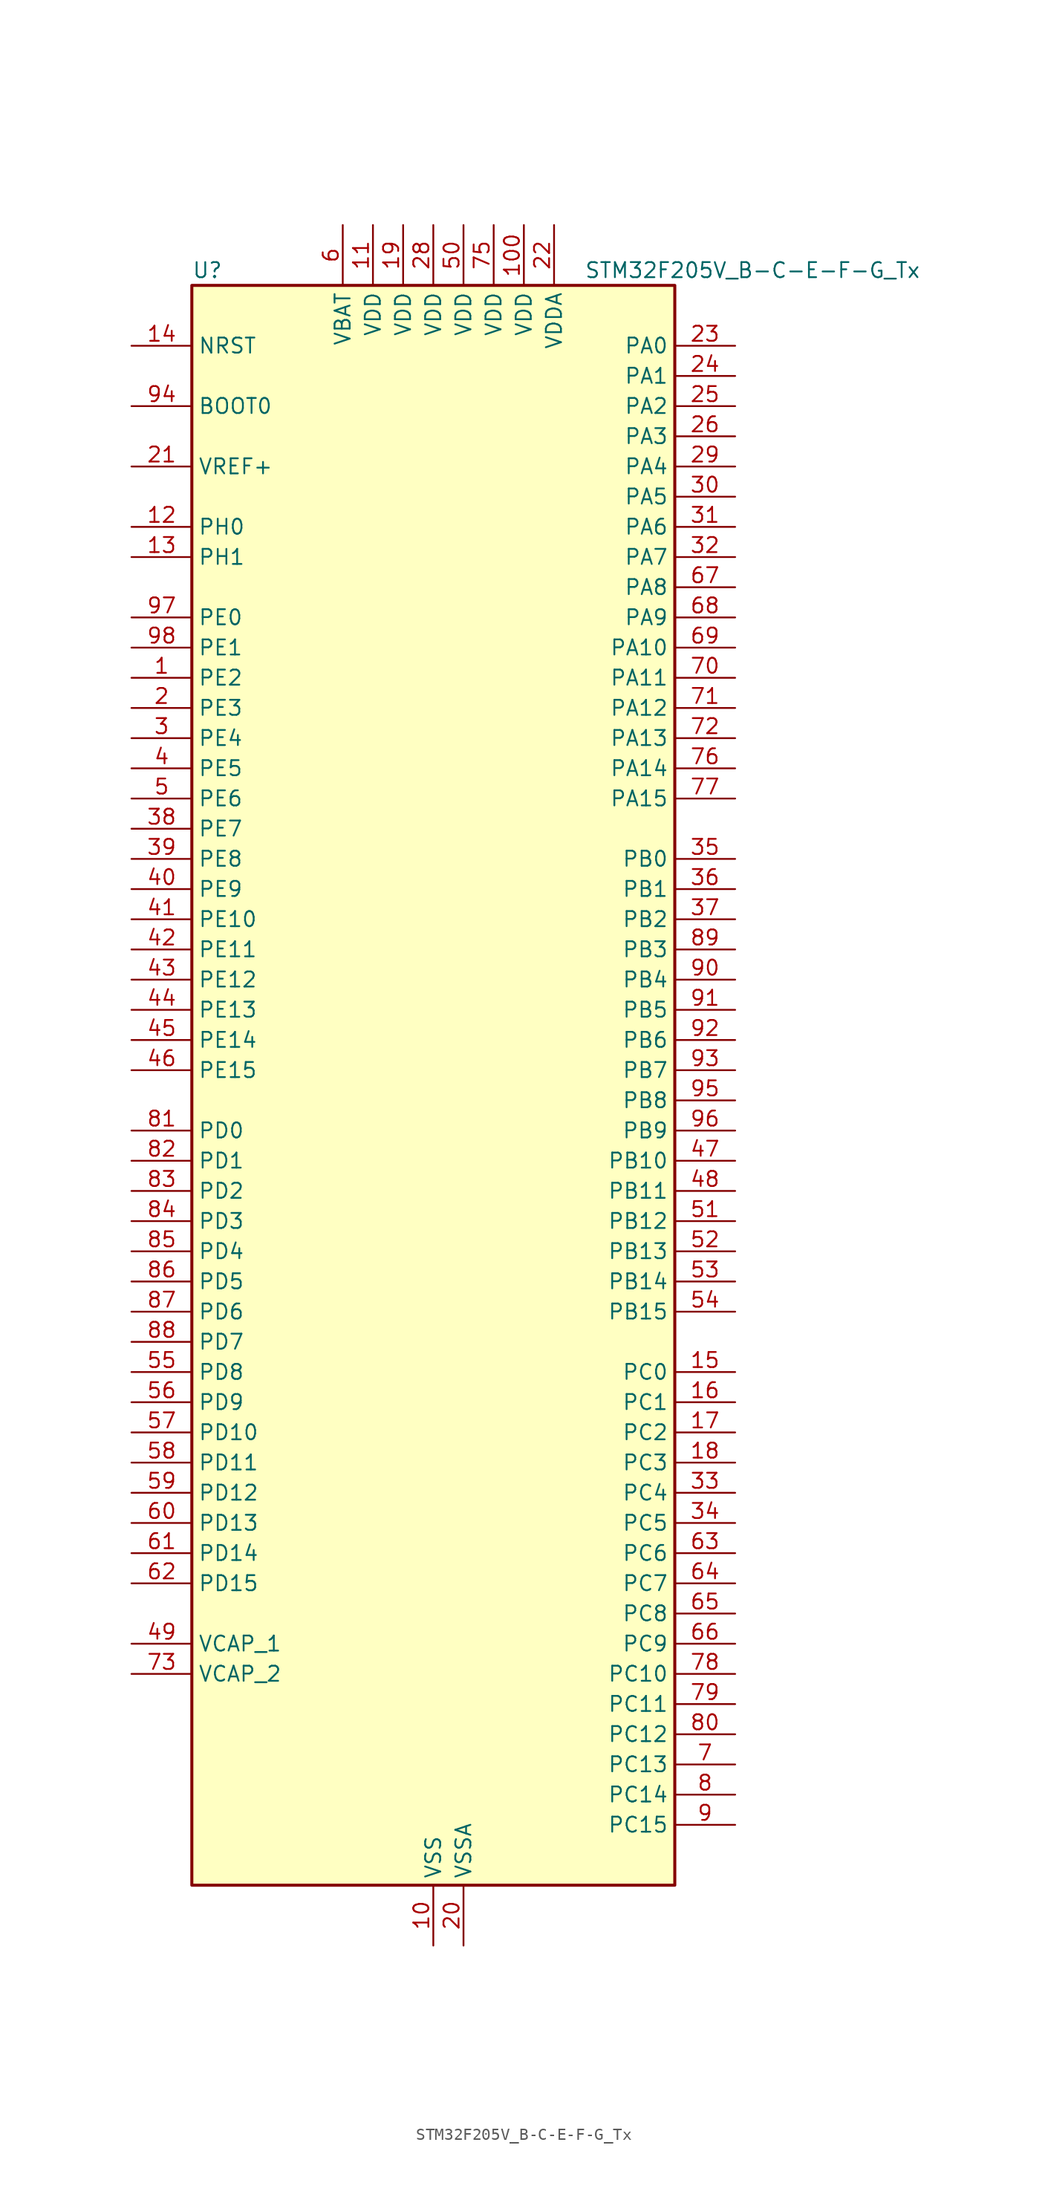
<source format=kicad_sym>
(kicad_symbol_lib
  (version 20241209)
  (generator "kicad_symbol_editor")
  (generator_version "9.0")
  (symbol "STM32F205V_B-C-E-F-G_Tx"
    (property "Reference" "U"
      (at -20.32 69.85 0)
      (effects (font (size 1.27 1.27)) (justify left)))
    (property "Value" "STM32F205V_B-C-E-F-G_Tx"
      (at 12.7 69.85 0)
      (effects (font (size 1.27 1.27)) (justify left)))
    (symbol "STM32F205V_B-C-E-F-G_Tx_0_1"
      (rectangle (start -20.32 -66.04) (end 20.32 68.58) (stroke (width 0.254) (type default)) (fill (type background))))
    (symbol "STM32F205V_B-C-E-F-G_Tx_1_1"
      (pin input line (at -25.4 63.5 0) (length 5.08) (name "NRST" (effects (font (size 1.27 1.27)))) (number "14" (effects (font (size 1.27 1.27)))))
      (pin input line (at -25.4 58.42 0) (length 5.08) (name "BOOT0" (effects (font (size 1.27 1.27)))) (number "94" (effects (font (size 1.27 1.27)))))
      (pin input line (at -25.4 53.34 0) (length 5.08) (name "VREF+" (effects (font (size 1.27 1.27)))) (number "21" (effects (font (size 1.27 1.27)))))
      (pin bidirectional line (at -25.4 48.26 0) (length 5.08) (name "PH0" (effects (font (size 1.27 1.27)))) (number "12" (effects (font (size 1.27 1.27)))) (alternate "RCC_OSC_IN" bidirectional line))
      (pin bidirectional line (at -25.4 45.72 0) (length 5.08) (name "PH1" (effects (font (size 1.27 1.27)))) (number "13" (effects (font (size 1.27 1.27)))) (alternate "RCC_OSC_OUT" bidirectional line))
      (pin bidirectional line (at -25.4 40.64 0) (length 5.08) (name "PE0" (effects (font (size 1.27 1.27)))) (number "97" (effects (font (size 1.27 1.27)))) (alternate "FSMC_NBL0" bidirectional line) (alternate "TIM4_ETR" bidirectional line))
      (pin bidirectional line (at -25.4 38.1 0) (length 5.08) (name "PE1" (effects (font (size 1.27 1.27)))) (number "98" (effects (font (size 1.27 1.27)))) (alternate "FSMC_NBL1" bidirectional line))
      (pin bidirectional line (at -25.4 35.56 0) (length 5.08) (name "PE2" (effects (font (size 1.27 1.27)))) (number "1" (effects (font (size 1.27 1.27)))) (alternate "FSMC_A23" bidirectional line) (alternate "SYS_TRACECLK" bidirectional line))
      (pin bidirectional line (at -25.4 33.02 0) (length 5.08) (name "PE3" (effects (font (size 1.27 1.27)))) (number "2" (effects (font (size 1.27 1.27)))) (alternate "FSMC_A19" bidirectional line) (alternate "SYS_TRACED0" bidirectional line))
      (pin bidirectional line (at -25.4 30.48 0) (length 5.08) (name "PE4" (effects (font (size 1.27 1.27)))) (number "3" (effects (font (size 1.27 1.27)))) (alternate "FSMC_A20" bidirectional line) (alternate "SYS_TRACED1" bidirectional line))
      (pin bidirectional line (at -25.4 27.94 0) (length 5.08) (name "PE5" (effects (font (size 1.27 1.27)))) (number "4" (effects (font (size 1.27 1.27)))) (alternate "FSMC_A21" bidirectional line) (alternate "SYS_TRACED2" bidirectional line) (alternate "TIM9_CH1" bidirectional line))
      (pin bidirectional line (at -25.4 25.4 0) (length 5.08) (name "PE6" (effects (font (size 1.27 1.27)))) (number "5" (effects (font (size 1.27 1.27)))) (alternate "FSMC_A22" bidirectional line) (alternate "SYS_TRACED3" bidirectional line) (alternate "TIM9_CH2" bidirectional line))
      (pin bidirectional line (at -25.4 22.86 0) (length 5.08) (name "PE7" (effects (font (size 1.27 1.27)))) (number "38" (effects (font (size 1.27 1.27)))) (alternate "FSMC_D4" bidirectional line) (alternate "FSMC_DA4" bidirectional line) (alternate "TIM1_ETR" bidirectional line))
      (pin bidirectional line (at -25.4 20.32 0) (length 5.08) (name "PE8" (effects (font (size 1.27 1.27)))) (number "39" (effects (font (size 1.27 1.27)))) (alternate "FSMC_D5" bidirectional line) (alternate "FSMC_DA5" bidirectional line) (alternate "TIM1_CH1N" bidirectional line))
      (pin bidirectional line (at -25.4 17.78 0) (length 5.08) (name "PE9" (effects (font (size 1.27 1.27)))) (number "40" (effects (font (size 1.27 1.27)))) (alternate "DAC_EXTI9" bidirectional line) (alternate "FSMC_D6" bidirectional line) (alternate "FSMC_DA6" bidirectional line) (alternate "TIM1_CH1" bidirectional line))
      (pin bidirectional line (at -25.4 15.24 0) (length 5.08) (name "PE10" (effects (font (size 1.27 1.27)))) (number "41" (effects (font (size 1.27 1.27)))) (alternate "FSMC_D7" bidirectional line) (alternate "FSMC_DA7" bidirectional line) (alternate "TIM1_CH2N" bidirectional line))
      (pin bidirectional line (at -25.4 12.7 0) (length 5.08) (name "PE11" (effects (font (size 1.27 1.27)))) (number "42" (effects (font (size 1.27 1.27)))) (alternate "ADC1_EXTI11" bidirectional line) (alternate "ADC2_EXTI11" bidirectional line) (alternate "ADC3_EXTI11" bidirectional line) (alternate "FSMC_D8" bidirectional line) (alternate "FSMC_DA8" bidirectional line) (alternate "TIM1_CH2" bidirectional line))
      (pin bidirectional line (at -25.4 10.16 0) (length 5.08) (name "PE12" (effects (font (size 1.27 1.27)))) (number "43" (effects (font (size 1.27 1.27)))) (alternate "FSMC_D9" bidirectional line) (alternate "FSMC_DA9" bidirectional line) (alternate "TIM1_CH3N" bidirectional line))
      (pin bidirectional line (at -25.4 7.62 0) (length 5.08) (name "PE13" (effects (font (size 1.27 1.27)))) (number "44" (effects (font (size 1.27 1.27)))) (alternate "FSMC_D10" bidirectional line) (alternate "FSMC_DA10" bidirectional line) (alternate "TIM1_CH3" bidirectional line))
      (pin bidirectional line (at -25.4 5.08 0) (length 5.08) (name "PE14" (effects (font (size 1.27 1.27)))) (number "45" (effects (font (size 1.27 1.27)))) (alternate "FSMC_D11" bidirectional line) (alternate "FSMC_DA11" bidirectional line) (alternate "TIM1_CH4" bidirectional line))
      (pin bidirectional line (at -25.4 2.54 0) (length 5.08) (name "PE15" (effects (font (size 1.27 1.27)))) (number "46" (effects (font (size 1.27 1.27)))) (alternate "ADC1_EXTI15" bidirectional line) (alternate "ADC2_EXTI15" bidirectional line) (alternate "ADC3_EXTI15" bidirectional line) (alternate "FSMC_D12" bidirectional line) (alternate "FSMC_DA12" bidirectional line) (alternate "TIM1_BKIN" bidirectional line))
      (pin bidirectional line (at -25.4 -2.54 0) (length 5.08) (name "PD0" (effects (font (size 1.27 1.27)))) (number "81" (effects (font (size 1.27 1.27)))) (alternate "CAN1_RX" bidirectional line) (alternate "FSMC_D2" bidirectional line) (alternate "FSMC_DA2" bidirectional line))
      (pin bidirectional line (at -25.4 -5.08 0) (length 5.08) (name "PD1" (effects (font (size 1.27 1.27)))) (number "82" (effects (font (size 1.27 1.27)))) (alternate "CAN1_TX" bidirectional line) (alternate "FSMC_D3" bidirectional line) (alternate "FSMC_DA3" bidirectional line))
      (pin bidirectional line (at -25.4 -7.62 0) (length 5.08) (name "PD2" (effects (font (size 1.27 1.27)))) (number "83" (effects (font (size 1.27 1.27)))) (alternate "SDIO_CMD" bidirectional line) (alternate "TIM3_ETR" bidirectional line) (alternate "UART5_RX" bidirectional line))
      (pin bidirectional line (at -25.4 -10.16 0) (length 5.08) (name "PD3" (effects (font (size 1.27 1.27)))) (number "84" (effects (font (size 1.27 1.27)))) (alternate "FSMC_CLK" bidirectional line) (alternate "USART2_CTS" bidirectional line))
      (pin bidirectional line (at -25.4 -12.7 0) (length 5.08) (name "PD4" (effects (font (size 1.27 1.27)))) (number "85" (effects (font (size 1.27 1.27)))) (alternate "FSMC_NOE" bidirectional line) (alternate "USART2_RTS" bidirectional line))
      (pin bidirectional line (at -25.4 -15.24 0) (length 5.08) (name "PD5" (effects (font (size 1.27 1.27)))) (number "86" (effects (font (size 1.27 1.27)))) (alternate "FSMC_NWE" bidirectional line) (alternate "USART2_TX" bidirectional line))
      (pin bidirectional line (at -25.4 -17.78 0) (length 5.08) (name "PD6" (effects (font (size 1.27 1.27)))) (number "87" (effects (font (size 1.27 1.27)))) (alternate "FSMC_NWAIT" bidirectional line) (alternate "USART2_RX" bidirectional line))
      (pin bidirectional line (at -25.4 -20.32 0) (length 5.08) (name "PD7" (effects (font (size 1.27 1.27)))) (number "88" (effects (font (size 1.27 1.27)))) (alternate "FSMC_NCE2" bidirectional line) (alternate "FSMC_NE1" bidirectional line) (alternate "USART2_CK" bidirectional line))
      (pin bidirectional line (at -25.4 -22.86 0) (length 5.08) (name "PD8" (effects (font (size 1.27 1.27)))) (number "55" (effects (font (size 1.27 1.27)))) (alternate "FSMC_D13" bidirectional line) (alternate "FSMC_DA13" bidirectional line) (alternate "USART3_TX" bidirectional line))
      (pin bidirectional line (at -25.4 -25.4 0) (length 5.08) (name "PD9" (effects (font (size 1.27 1.27)))) (number "56" (effects (font (size 1.27 1.27)))) (alternate "DAC_EXTI9" bidirectional line) (alternate "FSMC_D14" bidirectional line) (alternate "FSMC_DA14" bidirectional line) (alternate "USART3_RX" bidirectional line))
      (pin bidirectional line (at -25.4 -27.94 0) (length 5.08) (name "PD10" (effects (font (size 1.27 1.27)))) (number "57" (effects (font (size 1.27 1.27)))) (alternate "FSMC_D15" bidirectional line) (alternate "FSMC_DA15" bidirectional line) (alternate "USART3_CK" bidirectional line))
      (pin bidirectional line (at -25.4 -30.48 0) (length 5.08) (name "PD11" (effects (font (size 1.27 1.27)))) (number "58" (effects (font (size 1.27 1.27)))) (alternate "ADC1_EXTI11" bidirectional line) (alternate "ADC2_EXTI11" bidirectional line) (alternate "ADC3_EXTI11" bidirectional line) (alternate "FSMC_A16" bidirectional line) (alternate "FSMC_CLE" bidirectional line) (alternate "USART3_CTS" bidirectional line))
      (pin bidirectional line (at -25.4 -33.02 0) (length 5.08) (name "PD12" (effects (font (size 1.27 1.27)))) (number "59" (effects (font (size 1.27 1.27)))) (alternate "FSMC_A17" bidirectional line) (alternate "FSMC_ALE" bidirectional line) (alternate "TIM4_CH1" bidirectional line) (alternate "USART3_RTS" bidirectional line))
      (pin bidirectional line (at -25.4 -35.56 0) (length 5.08) (name "PD13" (effects (font (size 1.27 1.27)))) (number "60" (effects (font (size 1.27 1.27)))) (alternate "FSMC_A18" bidirectional line) (alternate "TIM4_CH2" bidirectional line))
      (pin bidirectional line (at -25.4 -38.1 0) (length 5.08) (name "PD14" (effects (font (size 1.27 1.27)))) (number "61" (effects (font (size 1.27 1.27)))) (alternate "FSMC_D0" bidirectional line) (alternate "FSMC_DA0" bidirectional line) (alternate "TIM4_CH3" bidirectional line))
      (pin bidirectional line (at -25.4 -40.64 0) (length 5.08) (name "PD15" (effects (font (size 1.27 1.27)))) (number "62" (effects (font (size 1.27 1.27)))) (alternate "ADC1_EXTI15" bidirectional line) (alternate "ADC2_EXTI15" bidirectional line) (alternate "ADC3_EXTI15" bidirectional line) (alternate "FSMC_D1" bidirectional line) (alternate "FSMC_DA1" bidirectional line) (alternate "TIM4_CH4" bidirectional line))
      (pin power_out line (at -25.4 -45.72 0) (length 5.08) (name "VCAP_1" (effects (font (size 1.27 1.27)))) (number "49" (effects (font (size 1.27 1.27)))))
      (pin power_out line (at -25.4 -48.26 0) (length 5.08) (name "VCAP_2" (effects (font (size 1.27 1.27)))) (number "73" (effects (font (size 1.27 1.27)))))
      (pin no_connect line (at -20.32 -66.04 0) (length 5.08) (hide yes) (name "RFU" (effects (font (size 1.27 1.27)))) (number "99" (effects (font (size 1.27 1.27)))))
      (pin power_in line (at -7.62 73.66 270) (length 5.08) (name "VBAT" (effects (font (size 1.27 1.27)))) (number "6" (effects (font (size 1.27 1.27)))))
      (pin power_in line (at -5.08 73.66 270) (length 5.08) (name "VDD" (effects (font (size 1.27 1.27)))) (number "11" (effects (font (size 1.27 1.27)))))
      (pin power_in line (at -2.54 73.66 270) (length 5.08) (name "VDD" (effects (font (size 1.27 1.27)))) (number "19" (effects (font (size 1.27 1.27)))))
      (pin power_in line (at 0 73.66 270) (length 5.08) (name "VDD" (effects (font (size 1.27 1.27)))) (number "28" (effects (font (size 1.27 1.27)))))
      (pin power_in line (at 0 -71.12 90) (length 5.08) (name "VSS" (effects (font (size 1.27 1.27)))) (number "10" (effects (font (size 1.27 1.27)))))
      (pin passive line (at 0 -71.12 90) (length 5.08) (hide yes) (name "VSS" (effects (font (size 1.27 1.27)))) (number "27" (effects (font (size 1.27 1.27)))))
      (pin passive line (at 0 -71.12 90) (length 5.08) (hide yes) (name "VSS" (effects (font (size 1.27 1.27)))) (number "74" (effects (font (size 1.27 1.27)))))
      (pin power_in line (at 2.54 73.66 270) (length 5.08) (name "VDD" (effects (font (size 1.27 1.27)))) (number "50" (effects (font (size 1.27 1.27)))))
      (pin power_in line (at 2.54 -71.12 90) (length 5.08) (name "VSSA" (effects (font (size 1.27 1.27)))) (number "20" (effects (font (size 1.27 1.27)))))
      (pin power_in line (at 5.08 73.66 270) (length 5.08) (name "VDD" (effects (font (size 1.27 1.27)))) (number "75" (effects (font (size 1.27 1.27)))))
      (pin power_in line (at 7.62 73.66 270) (length 5.08) (name "VDD" (effects (font (size 1.27 1.27)))) (number "100" (effects (font (size 1.27 1.27)))))
      (pin power_in line (at 10.16 73.66 270) (length 5.08) (name "VDDA" (effects (font (size 1.27 1.27)))) (number "22" (effects (font (size 1.27 1.27)))))
      (pin bidirectional line (at 25.4 63.5 180) (length 5.08) (name "PA0" (effects (font (size 1.27 1.27)))) (number "23" (effects (font (size 1.27 1.27)))) (alternate "ADC1_IN0" bidirectional line) (alternate "ADC2_IN0" bidirectional line) (alternate "ADC3_IN0" bidirectional line) (alternate "SYS_WKUP" bidirectional line) (alternate "TIM2_CH1" bidirectional line) (alternate "TIM2_ETR" bidirectional line) (alternate "TIM5_CH1" bidirectional line) (alternate "TIM8_ETR" bidirectional line) (alternate "UART4_TX" bidirectional line) (alternate "USART2_CTS" bidirectional line))
      (pin bidirectional line (at 25.4 60.96 180) (length 5.08) (name "PA1" (effects (font (size 1.27 1.27)))) (number "24" (effects (font (size 1.27 1.27)))) (alternate "ADC1_IN1" bidirectional line) (alternate "ADC2_IN1" bidirectional line) (alternate "ADC3_IN1" bidirectional line) (alternate "TIM2_CH2" bidirectional line) (alternate "TIM5_CH2" bidirectional line) (alternate "UART4_RX" bidirectional line) (alternate "USART2_RTS" bidirectional line))
      (pin bidirectional line (at 25.4 58.42 180) (length 5.08) (name "PA2" (effects (font (size 1.27 1.27)))) (number "25" (effects (font (size 1.27 1.27)))) (alternate "ADC1_IN2" bidirectional line) (alternate "ADC2_IN2" bidirectional line) (alternate "ADC3_IN2" bidirectional line) (alternate "TIM2_CH3" bidirectional line) (alternate "TIM5_CH3" bidirectional line) (alternate "TIM9_CH1" bidirectional line) (alternate "USART2_TX" bidirectional line))
      (pin bidirectional line (at 25.4 55.88 180) (length 5.08) (name "PA3" (effects (font (size 1.27 1.27)))) (number "26" (effects (font (size 1.27 1.27)))) (alternate "ADC1_IN3" bidirectional line) (alternate "ADC2_IN3" bidirectional line) (alternate "ADC3_IN3" bidirectional line) (alternate "TIM2_CH4" bidirectional line) (alternate "TIM5_CH4" bidirectional line) (alternate "TIM9_CH2" bidirectional line) (alternate "USART2_RX" bidirectional line) (alternate "USB_OTG_HS_ULPI_D0" bidirectional line))
      (pin bidirectional line (at 25.4 53.34 180) (length 5.08) (name "PA4" (effects (font (size 1.27 1.27)))) (number "29" (effects (font (size 1.27 1.27)))) (alternate "ADC1_IN4" bidirectional line) (alternate "ADC2_IN4" bidirectional line) (alternate "DAC_OUT1" bidirectional line) (alternate "I2S3_WS" bidirectional line) (alternate "SPI1_NSS" bidirectional line) (alternate "SPI3_NSS" bidirectional line) (alternate "USART2_CK" bidirectional line) (alternate "USB_OTG_HS_SOF" bidirectional line))
      (pin bidirectional line (at 25.4 50.8 180) (length 5.08) (name "PA5" (effects (font (size 1.27 1.27)))) (number "30" (effects (font (size 1.27 1.27)))) (alternate "ADC1_IN5" bidirectional line) (alternate "ADC2_IN5" bidirectional line) (alternate "DAC_OUT2" bidirectional line) (alternate "SPI1_SCK" bidirectional line) (alternate "TIM2_CH1" bidirectional line) (alternate "TIM2_ETR" bidirectional line) (alternate "TIM8_CH1N" bidirectional line) (alternate "USB_OTG_HS_ULPI_CK" bidirectional line))
      (pin bidirectional line (at 25.4 48.26 180) (length 5.08) (name "PA6" (effects (font (size 1.27 1.27)))) (number "31" (effects (font (size 1.27 1.27)))) (alternate "ADC1_IN6" bidirectional line) (alternate "ADC2_IN6" bidirectional line) (alternate "SPI1_MISO" bidirectional line) (alternate "TIM13_CH1" bidirectional line) (alternate "TIM1_BKIN" bidirectional line) (alternate "TIM3_CH1" bidirectional line) (alternate "TIM8_BKIN" bidirectional line))
      (pin bidirectional line (at 25.4 45.72 180) (length 5.08) (name "PA7" (effects (font (size 1.27 1.27)))) (number "32" (effects (font (size 1.27 1.27)))) (alternate "ADC1_IN7" bidirectional line) (alternate "ADC2_IN7" bidirectional line) (alternate "SPI1_MOSI" bidirectional line) (alternate "TIM14_CH1" bidirectional line) (alternate "TIM1_CH1N" bidirectional line) (alternate "TIM3_CH2" bidirectional line) (alternate "TIM8_CH1N" bidirectional line))
      (pin bidirectional line (at 25.4 43.18 180) (length 5.08) (name "PA8" (effects (font (size 1.27 1.27)))) (number "67" (effects (font (size 1.27 1.27)))) (alternate "I2C3_SCL" bidirectional line) (alternate "RCC_MCO_1" bidirectional line) (alternate "TIM1_CH1" bidirectional line) (alternate "USART1_CK" bidirectional line) (alternate "USB_OTG_FS_SOF" bidirectional line))
      (pin bidirectional line (at 25.4 40.64 180) (length 5.08) (name "PA9" (effects (font (size 1.27 1.27)))) (number "68" (effects (font (size 1.27 1.27)))) (alternate "DAC_EXTI9" bidirectional line) (alternate "I2C3_SMBA" bidirectional line) (alternate "TIM1_CH2" bidirectional line) (alternate "USART1_TX" bidirectional line) (alternate "USB_OTG_FS_VBUS" bidirectional line))
      (pin bidirectional line (at 25.4 38.1 180) (length 5.08) (name "PA10" (effects (font (size 1.27 1.27)))) (number "69" (effects (font (size 1.27 1.27)))) (alternate "TIM1_CH3" bidirectional line) (alternate "USART1_RX" bidirectional line) (alternate "USB_OTG_FS_ID" bidirectional line))
      (pin bidirectional line (at 25.4 35.56 180) (length 5.08) (name "PA11" (effects (font (size 1.27 1.27)))) (number "70" (effects (font (size 1.27 1.27)))) (alternate "ADC1_EXTI11" bidirectional line) (alternate "ADC2_EXTI11" bidirectional line) (alternate "ADC3_EXTI11" bidirectional line) (alternate "CAN1_RX" bidirectional line) (alternate "TIM1_CH4" bidirectional line) (alternate "USART1_CTS" bidirectional line) (alternate "USB_OTG_FS_DM" bidirectional line))
      (pin bidirectional line (at 25.4 33.02 180) (length 5.08) (name "PA12" (effects (font (size 1.27 1.27)))) (number "71" (effects (font (size 1.27 1.27)))) (alternate "CAN1_TX" bidirectional line) (alternate "TIM1_ETR" bidirectional line) (alternate "USART1_RTS" bidirectional line) (alternate "USB_OTG_FS_DP" bidirectional line))
      (pin bidirectional line (at 25.4 30.48 180) (length 5.08) (name "PA13" (effects (font (size 1.27 1.27)))) (number "72" (effects (font (size 1.27 1.27)))) (alternate "SYS_JTMS-SWDIO" bidirectional line))
      (pin bidirectional line (at 25.4 27.94 180) (length 5.08) (name "PA14" (effects (font (size 1.27 1.27)))) (number "76" (effects (font (size 1.27 1.27)))) (alternate "SYS_JTCK-SWCLK" bidirectional line))
      (pin bidirectional line (at 25.4 25.4 180) (length 5.08) (name "PA15" (effects (font (size 1.27 1.27)))) (number "77" (effects (font (size 1.27 1.27)))) (alternate "ADC1_EXTI15" bidirectional line) (alternate "ADC2_EXTI15" bidirectional line) (alternate "ADC3_EXTI15" bidirectional line) (alternate "I2S3_WS" bidirectional line) (alternate "SPI1_NSS" bidirectional line) (alternate "SPI3_NSS" bidirectional line) (alternate "SYS_JTDI" bidirectional line) (alternate "TIM2_CH1" bidirectional line) (alternate "TIM2_ETR" bidirectional line))
      (pin bidirectional line (at 25.4 20.32 180) (length 5.08) (name "PB0" (effects (font (size 1.27 1.27)))) (number "35" (effects (font (size 1.27 1.27)))) (alternate "ADC1_IN8" bidirectional line) (alternate "ADC2_IN8" bidirectional line) (alternate "TIM1_CH2N" bidirectional line) (alternate "TIM3_CH3" bidirectional line) (alternate "TIM8_CH2N" bidirectional line) (alternate "USB_OTG_HS_ULPI_D1" bidirectional line))
      (pin bidirectional line (at 25.4 17.78 180) (length 5.08) (name "PB1" (effects (font (size 1.27 1.27)))) (number "36" (effects (font (size 1.27 1.27)))) (alternate "ADC1_IN9" bidirectional line) (alternate "ADC2_IN9" bidirectional line) (alternate "TIM1_CH3N" bidirectional line) (alternate "TIM3_CH4" bidirectional line) (alternate "TIM8_CH3N" bidirectional line) (alternate "USB_OTG_HS_ULPI_D2" bidirectional line))
      (pin bidirectional line (at 25.4 15.24 180) (length 5.08) (name "PB2" (effects (font (size 1.27 1.27)))) (number "37" (effects (font (size 1.27 1.27)))))
      (pin bidirectional line (at 25.4 12.7 180) (length 5.08) (name "PB3" (effects (font (size 1.27 1.27)))) (number "89" (effects (font (size 1.27 1.27)))) (alternate "I2S3_SCK" bidirectional line) (alternate "SPI1_SCK" bidirectional line) (alternate "SPI3_SCK" bidirectional line) (alternate "SYS_JTDO-SWO" bidirectional line) (alternate "TIM2_CH2" bidirectional line))
      (pin bidirectional line (at 25.4 10.16 180) (length 5.08) (name "PB4" (effects (font (size 1.27 1.27)))) (number "90" (effects (font (size 1.27 1.27)))) (alternate "SPI1_MISO" bidirectional line) (alternate "SPI3_MISO" bidirectional line) (alternate "SYS_JTRST" bidirectional line) (alternate "TIM3_CH1" bidirectional line))
      (pin bidirectional line (at 25.4 7.62 180) (length 5.08) (name "PB5" (effects (font (size 1.27 1.27)))) (number "91" (effects (font (size 1.27 1.27)))) (alternate "CAN2_RX" bidirectional line) (alternate "I2C1_SMBA" bidirectional line) (alternate "I2S3_SD" bidirectional line) (alternate "SPI1_MOSI" bidirectional line) (alternate "SPI3_MOSI" bidirectional line) (alternate "TIM3_CH2" bidirectional line) (alternate "USB_OTG_HS_ULPI_D7" bidirectional line))
      (pin bidirectional line (at 25.4 5.08 180) (length 5.08) (name "PB6" (effects (font (size 1.27 1.27)))) (number "92" (effects (font (size 1.27 1.27)))) (alternate "CAN2_TX" bidirectional line) (alternate "I2C1_SCL" bidirectional line) (alternate "TIM4_CH1" bidirectional line) (alternate "USART1_TX" bidirectional line))
      (pin bidirectional line (at 25.4 2.54 180) (length 5.08) (name "PB7" (effects (font (size 1.27 1.27)))) (number "93" (effects (font (size 1.27 1.27)))) (alternate "FSMC_NL" bidirectional line) (alternate "I2C1_SDA" bidirectional line) (alternate "TIM4_CH2" bidirectional line) (alternate "USART1_RX" bidirectional line))
      (pin bidirectional line (at 25.4 0 180) (length 5.08) (name "PB8" (effects (font (size 1.27 1.27)))) (number "95" (effects (font (size 1.27 1.27)))) (alternate "CAN1_RX" bidirectional line) (alternate "I2C1_SCL" bidirectional line) (alternate "SDIO_D4" bidirectional line) (alternate "TIM10_CH1" bidirectional line) (alternate "TIM4_CH3" bidirectional line))
      (pin bidirectional line (at 25.4 -2.54 180) (length 5.08) (name "PB9" (effects (font (size 1.27 1.27)))) (number "96" (effects (font (size 1.27 1.27)))) (alternate "CAN1_TX" bidirectional line) (alternate "DAC_EXTI9" bidirectional line) (alternate "I2C1_SDA" bidirectional line) (alternate "I2S2_WS" bidirectional line) (alternate "SDIO_D5" bidirectional line) (alternate "SPI2_NSS" bidirectional line) (alternate "TIM11_CH1" bidirectional line) (alternate "TIM4_CH4" bidirectional line))
      (pin bidirectional line (at 25.4 -5.08 180) (length 5.08) (name "PB10" (effects (font (size 1.27 1.27)))) (number "47" (effects (font (size 1.27 1.27)))) (alternate "I2C2_SCL" bidirectional line) (alternate "I2S2_SCK" bidirectional line) (alternate "SPI2_SCK" bidirectional line) (alternate "TIM2_CH3" bidirectional line) (alternate "USART3_TX" bidirectional line) (alternate "USB_OTG_HS_ULPI_D3" bidirectional line))
      (pin bidirectional line (at 25.4 -7.62 180) (length 5.08) (name "PB11" (effects (font (size 1.27 1.27)))) (number "48" (effects (font (size 1.27 1.27)))) (alternate "ADC1_EXTI11" bidirectional line) (alternate "ADC2_EXTI11" bidirectional line) (alternate "ADC3_EXTI11" bidirectional line) (alternate "I2C2_SDA" bidirectional line) (alternate "TIM2_CH4" bidirectional line) (alternate "USART3_RX" bidirectional line) (alternate "USB_OTG_HS_ULPI_D4" bidirectional line))
      (pin bidirectional line (at 25.4 -10.16 180) (length 5.08) (name "PB12" (effects (font (size 1.27 1.27)))) (number "51" (effects (font (size 1.27 1.27)))) (alternate "CAN2_RX" bidirectional line) (alternate "I2C2_SMBA" bidirectional line) (alternate "I2S2_WS" bidirectional line) (alternate "SPI2_NSS" bidirectional line) (alternate "TIM1_BKIN" bidirectional line) (alternate "USART3_CK" bidirectional line) (alternate "USB_OTG_HS_ID" bidirectional line) (alternate "USB_OTG_HS_ULPI_D5" bidirectional line))
      (pin bidirectional line (at 25.4 -12.7 180) (length 5.08) (name "PB13" (effects (font (size 1.27 1.27)))) (number "52" (effects (font (size 1.27 1.27)))) (alternate "CAN2_TX" bidirectional line) (alternate "I2S2_SCK" bidirectional line) (alternate "SPI2_SCK" bidirectional line) (alternate "TIM1_CH1N" bidirectional line) (alternate "USART3_CTS" bidirectional line) (alternate "USB_OTG_HS_ULPI_D6" bidirectional line) (alternate "USB_OTG_HS_VBUS" bidirectional line))
      (pin bidirectional line (at 25.4 -15.24 180) (length 5.08) (name "PB14" (effects (font (size 1.27 1.27)))) (number "53" (effects (font (size 1.27 1.27)))) (alternate "SPI2_MISO" bidirectional line) (alternate "TIM12_CH1" bidirectional line) (alternate "TIM1_CH2N" bidirectional line) (alternate "TIM8_CH2N" bidirectional line) (alternate "USART3_RTS" bidirectional line) (alternate "USB_OTG_HS_DM" bidirectional line))
      (pin bidirectional line (at 25.4 -17.78 180) (length 5.08) (name "PB15" (effects (font (size 1.27 1.27)))) (number "54" (effects (font (size 1.27 1.27)))) (alternate "ADC1_EXTI15" bidirectional line) (alternate "ADC2_EXTI15" bidirectional line) (alternate "ADC3_EXTI15" bidirectional line) (alternate "I2S2_SD" bidirectional line) (alternate "RTC_REFIN" bidirectional line) (alternate "SPI2_MOSI" bidirectional line) (alternate "TIM12_CH2" bidirectional line) (alternate "TIM1_CH3N" bidirectional line) (alternate "TIM8_CH3N" bidirectional line) (alternate "USB_OTG_HS_DP" bidirectional line))
      (pin bidirectional line (at 25.4 -22.86 180) (length 5.08) (name "PC0" (effects (font (size 1.27 1.27)))) (number "15" (effects (font (size 1.27 1.27)))) (alternate "ADC1_IN10" bidirectional line) (alternate "ADC2_IN10" bidirectional line) (alternate "ADC3_IN10" bidirectional line) (alternate "USB_OTG_HS_ULPI_STP" bidirectional line))
      (pin bidirectional line (at 25.4 -25.4 180) (length 5.08) (name "PC1" (effects (font (size 1.27 1.27)))) (number "16" (effects (font (size 1.27 1.27)))) (alternate "ADC1_IN11" bidirectional line) (alternate "ADC2_IN11" bidirectional line) (alternate "ADC3_IN11" bidirectional line))
      (pin bidirectional line (at 25.4 -27.94 180) (length 5.08) (name "PC2" (effects (font (size 1.27 1.27)))) (number "17" (effects (font (size 1.27 1.27)))) (alternate "ADC1_IN12" bidirectional line) (alternate "ADC2_IN12" bidirectional line) (alternate "ADC3_IN12" bidirectional line) (alternate "SPI2_MISO" bidirectional line) (alternate "USB_OTG_HS_ULPI_DIR" bidirectional line))
      (pin bidirectional line (at 25.4 -30.48 180) (length 5.08) (name "PC3" (effects (font (size 1.27 1.27)))) (number "18" (effects (font (size 1.27 1.27)))) (alternate "ADC1_IN13" bidirectional line) (alternate "ADC2_IN13" bidirectional line) (alternate "ADC3_IN13" bidirectional line) (alternate "I2S2_SD" bidirectional line) (alternate "SPI2_MOSI" bidirectional line) (alternate "USB_OTG_HS_ULPI_NXT" bidirectional line))
      (pin bidirectional line (at 25.4 -33.02 180) (length 5.08) (name "PC4" (effects (font (size 1.27 1.27)))) (number "33" (effects (font (size 1.27 1.27)))) (alternate "ADC1_IN14" bidirectional line) (alternate "ADC2_IN14" bidirectional line))
      (pin bidirectional line (at 25.4 -35.56 180) (length 5.08) (name "PC5" (effects (font (size 1.27 1.27)))) (number "34" (effects (font (size 1.27 1.27)))) (alternate "ADC1_IN15" bidirectional line) (alternate "ADC2_IN15" bidirectional line))
      (pin bidirectional line (at 25.4 -38.1 180) (length 5.08) (name "PC6" (effects (font (size 1.27 1.27)))) (number "63" (effects (font (size 1.27 1.27)))) (alternate "I2S2_MCK" bidirectional line) (alternate "SDIO_D6" bidirectional line) (alternate "TIM3_CH1" bidirectional line) (alternate "TIM8_CH1" bidirectional line) (alternate "USART6_TX" bidirectional line))
      (pin bidirectional line (at 25.4 -40.64 180) (length 5.08) (name "PC7" (effects (font (size 1.27 1.27)))) (number "64" (effects (font (size 1.27 1.27)))) (alternate "I2S3_MCK" bidirectional line) (alternate "SDIO_D7" bidirectional line) (alternate "TIM3_CH2" bidirectional line) (alternate "TIM8_CH2" bidirectional line) (alternate "USART6_RX" bidirectional line))
      (pin bidirectional line (at 25.4 -43.18 180) (length 5.08) (name "PC8" (effects (font (size 1.27 1.27)))) (number "65" (effects (font (size 1.27 1.27)))) (alternate "SDIO_D0" bidirectional line) (alternate "TIM3_CH3" bidirectional line) (alternate "TIM8_CH3" bidirectional line) (alternate "USART6_CK" bidirectional line))
      (pin bidirectional line (at 25.4 -45.72 180) (length 5.08) (name "PC9" (effects (font (size 1.27 1.27)))) (number "66" (effects (font (size 1.27 1.27)))) (alternate "DAC_EXTI9" bidirectional line) (alternate "I2C3_SDA" bidirectional line) (alternate "I2S_CKIN" bidirectional line) (alternate "RCC_MCO_2" bidirectional line) (alternate "SDIO_D1" bidirectional line) (alternate "TIM3_CH4" bidirectional line) (alternate "TIM8_CH4" bidirectional line))
      (pin bidirectional line (at 25.4 -48.26 180) (length 5.08) (name "PC10" (effects (font (size 1.27 1.27)))) (number "78" (effects (font (size 1.27 1.27)))) (alternate "I2S3_SCK" bidirectional line) (alternate "SDIO_D2" bidirectional line) (alternate "SPI3_SCK" bidirectional line) (alternate "UART4_TX" bidirectional line) (alternate "USART3_TX" bidirectional line))
      (pin bidirectional line (at 25.4 -50.8 180) (length 5.08) (name "PC11" (effects (font (size 1.27 1.27)))) (number "79" (effects (font (size 1.27 1.27)))) (alternate "ADC1_EXTI11" bidirectional line) (alternate "ADC2_EXTI11" bidirectional line) (alternate "ADC3_EXTI11" bidirectional line) (alternate "SDIO_D3" bidirectional line) (alternate "SPI3_MISO" bidirectional line) (alternate "UART4_RX" bidirectional line) (alternate "USART3_RX" bidirectional line))
      (pin bidirectional line (at 25.4 -53.34 180) (length 5.08) (name "PC12" (effects (font (size 1.27 1.27)))) (number "80" (effects (font (size 1.27 1.27)))) (alternate "I2S3_SD" bidirectional line) (alternate "SDIO_CK" bidirectional line) (alternate "SPI3_MOSI" bidirectional line) (alternate "UART5_TX" bidirectional line) (alternate "USART3_CK" bidirectional line))
      (pin bidirectional line (at 25.4 -55.88 180) (length 5.08) (name "PC13" (effects (font (size 1.27 1.27)))) (number "7" (effects (font (size 1.27 1.27)))) (alternate "RTC_AF1" bidirectional line))
      (pin bidirectional line (at 25.4 -58.42 180) (length 5.08) (name "PC14" (effects (font (size 1.27 1.27)))) (number "8" (effects (font (size 1.27 1.27)))) (alternate "RCC_OSC32_IN" bidirectional line))
      (pin bidirectional line (at 25.4 -60.96 180) (length 5.08) (name "PC15" (effects (font (size 1.27 1.27)))) (number "9" (effects (font (size 1.27 1.27)))) (alternate "ADC1_EXTI15" bidirectional line) (alternate "ADC2_EXTI15" bidirectional line) (alternate "ADC3_EXTI15" bidirectional line) (alternate "RCC_OSC32_OUT" bidirectional line)))))
</source>
